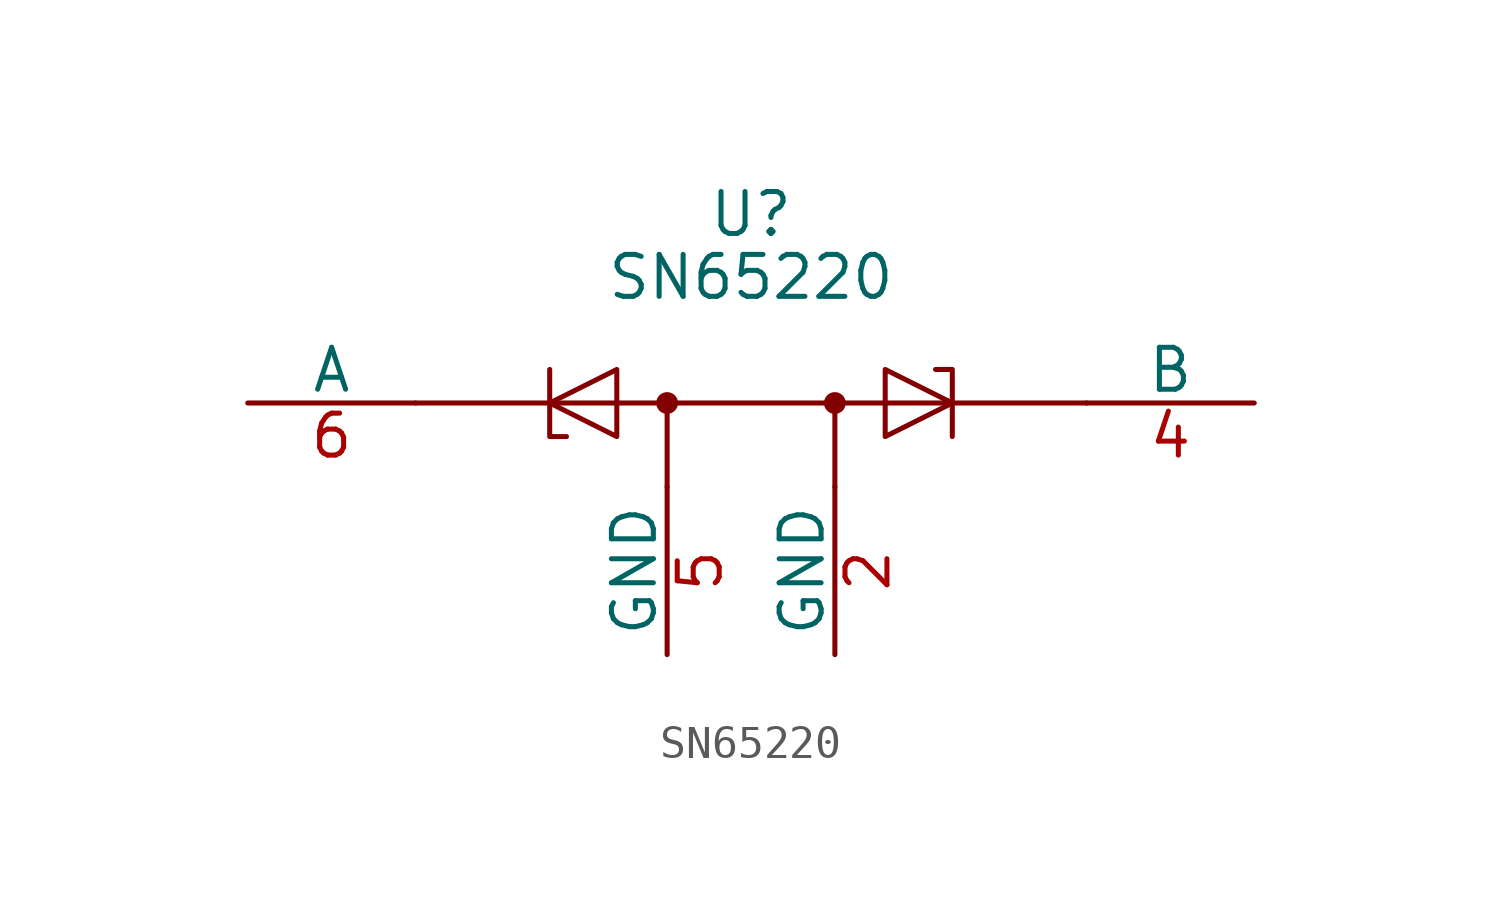
<source format=kicad_sym>
(kicad_symbol_lib
  (version 20220914)
  (generator kicad_symbol_editor)
  (symbol "SN65220"
    (pin_names
      (offset 0))
    (property "Reference" "U"
      (at 0 5.715 0)
      (effects (font (size 1.27 1.27))))
    (property "Value" "SN65220"
      (at 0 3.81 0)
      (effects (font (size 1.27 1.27))))
    (symbol "SN65220_0_1"
      (circle (center -2.54 0) (radius 0.254) (stroke (width 0) (type default)) (fill (type outline)))
      (polyline (pts (xy -2.54 -2.54) (xy -2.54 0)) (stroke (width 0) (type default)) (fill (type none)))
      (polyline (pts (xy 2.54 -2.54) (xy 2.54 0)) (stroke (width 0) (type default)) (fill (type none)))
      (polyline (pts (xy 10.16 0) (xy -10.16 0)) (stroke (width 0) (type default)) (fill (type none)))
      (polyline (pts (xy -5.588 -1.016) (xy -6.096 -1.016) (xy -6.096 1.016)) (stroke (width 0) (type default)) (fill (type none)))
      (polyline (pts (xy 5.588 1.016) (xy 6.096 1.016) (xy 6.096 -1.016)) (stroke (width 0) (type default)) (fill (type none)))
      (polyline (pts (xy -6.096 0) (xy -4.064 1.016) (xy -4.064 -1.016) (xy -6.096 0)) (stroke (width 0) (type default)) (fill (type none)))
      (polyline (pts (xy 6.096 0) (xy 4.064 1.016) (xy 4.064 -1.016) (xy 6.096 0)) (stroke (width 0) (type default)) (fill (type none)))
      (circle (center 2.54 0) (radius 0.254) (stroke (width 0) (type default)) (fill (type outline))))
    (symbol "SN65220_1_1"
      (pin no_connect line (at 2.54 0 180) (length 2.54) hide (name "~" (effects (font (size 1.27 1.27)))) (number "1" (effects (font (size 1.27 1.27)))))
      (pin passive line (at 2.54 -7.62 90) (length 5.08) (name "GND" (effects (font (size 1.27 1.27)))) (number "2" (effects (font (size 1.27 1.27)))))
      (pin no_connect line (at -2.54 0 0) (length 2.54) hide (name "~" (effects (font (size 1.27 1.27)))) (number "3" (effects (font (size 1.27 1.27)))))
      (pin passive line (at 15.24 0 180) (length 5.08) (name "B" (effects (font (size 1.27 1.27)))) (number "4" (effects (font (size 1.27 1.27)))))
      (pin passive line (at -2.54 -7.62 90) (length 5.08) (name "GND" (effects (font (size 1.27 1.27)))) (number "5" (effects (font (size 1.27 1.27)))))
      (pin passive line (at -15.24 0 0) (length 5.08) (name "A" (effects (font (size 1.27 1.27)))) (number "6" (effects (font (size 1.27 1.27))))))))
</source>
